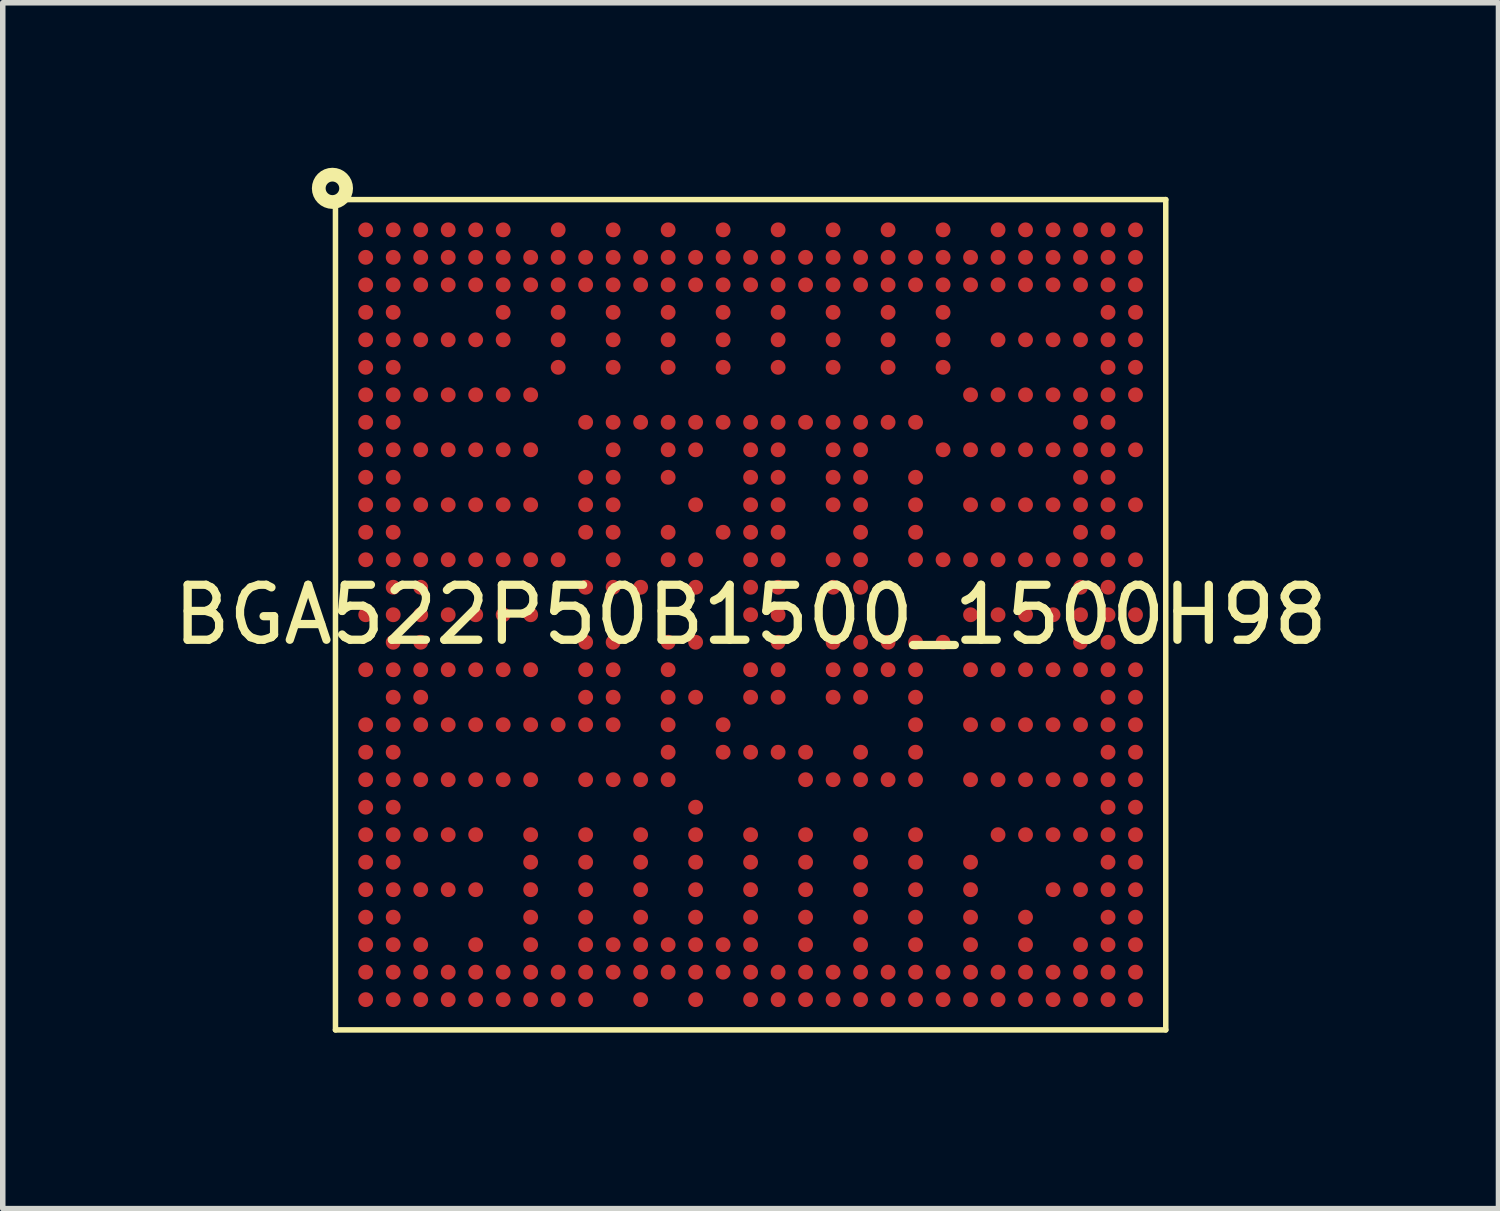
<source format=kicad_pcb>
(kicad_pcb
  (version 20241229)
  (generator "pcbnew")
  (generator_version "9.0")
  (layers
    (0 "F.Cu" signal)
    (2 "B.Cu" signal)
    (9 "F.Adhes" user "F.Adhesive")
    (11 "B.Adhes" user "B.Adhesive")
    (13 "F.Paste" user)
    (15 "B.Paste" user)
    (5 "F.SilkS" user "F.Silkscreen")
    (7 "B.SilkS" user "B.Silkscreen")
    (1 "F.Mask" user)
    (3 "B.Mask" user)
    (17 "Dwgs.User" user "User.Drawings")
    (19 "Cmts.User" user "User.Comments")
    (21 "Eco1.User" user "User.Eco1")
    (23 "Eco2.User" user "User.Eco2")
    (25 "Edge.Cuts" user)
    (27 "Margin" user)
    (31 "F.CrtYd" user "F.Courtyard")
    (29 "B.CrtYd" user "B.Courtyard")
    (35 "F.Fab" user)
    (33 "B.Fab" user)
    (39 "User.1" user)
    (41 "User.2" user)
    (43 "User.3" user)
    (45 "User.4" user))
  (footprint "BGA522P50B1500_1500H98"
    (layer "F.Cu")
    (at 10.601 8.13)
    (property "Reference" "BGA522P50B1500_1500H98" (at 0 0 0) (layer "F.SilkS") (effects (font (size 1 1) (thickness 0.15))))
    (fp_line (start -7.55 -7.55) (end -7.55 7.55) (stroke (width 0.1) (type default)) (layer "F.SilkS"))
    (fp_line (start -7.55 -7.55) (end 7.55 -7.55) (stroke (width 0.1) (type default)) (layer "F.SilkS"))
    (fp_line (start -7.55 7.55) (end 7.55 7.55) (stroke (width 0.1) (type default)) (layer "F.SilkS"))
    (fp_line (start 7.55 -7.55) (end 7.55 7.55) (stroke (width 0.1) (type default)) (layer "F.SilkS"))
    (fp_circle (center -7.605 -7.755) (end -7.356 -7.755) (stroke (width 0.25) (type default)) (fill no) (layer "F.SilkS"))
    (fp_line (start -7.75 -7.75) (end -7.75 7.75) (stroke (width 0.025) (type default)) (layer "User.1"))
    (fp_line (start -7.75 -7.75) (end 7.75 -7.75) (stroke (width 0.025) (type default)) (layer "User.1"))
    (fp_line (start -7.75 7.75) (end 7.75 7.75) (stroke (width 0.025) (type default)) (layer "User.1"))
    (fp_line (start 7.75 -7.75) (end 7.75 7.75) (stroke (width 0.025) (type default)) (layer "User.1"))
    (fp_poly (pts (xy 7.75 7.75) (xy 7.75 -7.75) (xy -7.75 -7.75) (xy -7.75 7.509) (xy -7.577 7.509) (xy -7.577 -7.624) (xy 7.609 -7.624) (xy 7.609 7.588) (xy -7.75 7.588) (xy -7.75 7.75)) (stroke (width 0.1) (type default)) (fill no) (layer "User.1"))
    (fp_poly (pts (xy 7.75 7.75) (xy 7.75 -7.75) (xy -7.75 -7.75) (xy -7.75 7.509) (xy -7.577 7.509) (xy -7.577 -7.624) (xy 7.609 -7.624) (xy 7.609 7.588) (xy -7.75 7.588) (xy -7.75 7.75)) (stroke (width 0.1) (type default)) (fill no) (layer "User.1"))
    (pad "A1" smd circle (at -7 -7 270) (size 0.27 0.27) (layers "F.Cu" "F.Mask" "F.Paste"))
    (pad "A2" smd circle (at -6.5 -7 270) (size 0.27 0.27) (layers "F.Cu" "F.Mask" "F.Paste"))
    (pad "A3" smd circle (at -6 -7 270) (size 0.27 0.27) (layers "F.Cu" "F.Mask" "F.Paste"))
    (pad "A4" smd circle (at -5.5 -7 270) (size 0.27 0.27) (layers "F.Cu" "F.Mask" "F.Paste"))
    (pad "A5" smd circle (at -5 -7 270) (size 0.27 0.27) (layers "F.Cu" "F.Mask" "F.Paste"))
    (pad "A6" smd circle (at -4.5 -7 270) (size 0.27 0.27) (layers "F.Cu" "F.Mask" "F.Paste"))
    (pad "A8" smd circle (at -3.5 -7 270) (size 0.27 0.27) (layers "F.Cu" "F.Mask" "F.Paste"))
    (pad "A10" smd circle (at -2.5 -7 270) (size 0.27 0.27) (layers "F.Cu" "F.Mask" "F.Paste"))
    (pad "A12" smd circle (at -1.5 -7 270) (size 0.27 0.27) (layers "F.Cu" "F.Mask" "F.Paste"))
    (pad "A14" smd circle (at -0.5 -7 270) (size 0.27 0.27) (layers "F.Cu" "F.Mask" "F.Paste"))
    (pad "A16" smd circle (at 0.5 -7 270) (size 0.27 0.27) (layers "F.Cu" "F.Mask" "F.Paste"))
    (pad "A18" smd circle (at 1.5 -7 270) (size 0.27 0.27) (layers "F.Cu" "F.Mask" "F.Paste"))
    (pad "A20" smd circle (at 2.5 -7 270) (size 0.27 0.27) (layers "F.Cu" "F.Mask" "F.Paste"))
    (pad "A22" smd circle (at 3.5 -7 270) (size 0.27 0.27) (layers "F.Cu" "F.Mask" "F.Paste"))
    (pad "A24" smd circle (at 4.5 -7 270) (size 0.27 0.27) (layers "F.Cu" "F.Mask" "F.Paste"))
    (pad "A25" smd circle (at 5 -7 270) (size 0.27 0.27) (layers "F.Cu" "F.Mask" "F.Paste"))
    (pad "A26" smd circle (at 5.5 -7 270) (size 0.27 0.27) (layers "F.Cu" "F.Mask" "F.Paste"))
    (pad "A27" smd circle (at 6 -7 270) (size 0.27 0.27) (layers "F.Cu" "F.Mask" "F.Paste"))
    (pad "A28" smd circle (at 6.5 -7 270) (size 0.27 0.27) (layers "F.Cu" "F.Mask" "F.Paste"))
    (pad "A29" smd circle (at 7 -7 270) (size 0.27 0.27) (layers "F.Cu" "F.Mask" "F.Paste"))
    (pad "AA1" smd circle (at -7 3 270) (size 0.27 0.27) (layers "F.Cu" "F.Mask" "F.Paste"))
    (pad "AA2" smd circle (at -6.5 3 270) (size 0.27 0.27) (layers "F.Cu" "F.Mask" "F.Paste"))
    (pad "AA3" smd circle (at -6 3 270) (size 0.27 0.27) (layers "F.Cu" "F.Mask" "F.Paste"))
    (pad "AA4" smd circle (at -5.5 3 270) (size 0.27 0.27) (layers "F.Cu" "F.Mask" "F.Paste"))
    (pad "AA5" smd circle (at -5 3 270) (size 0.27 0.27) (layers "F.Cu" "F.Mask" "F.Paste"))
    (pad "AA6" smd circle (at -4.5 3 270) (size 0.27 0.27) (layers "F.Cu" "F.Mask" "F.Paste"))
    (pad "AA7" smd circle (at -4 3 270) (size 0.27 0.27) (layers "F.Cu" "F.Mask" "F.Paste"))
    (pad "AA9" smd circle (at -3 3 270) (size 0.27 0.27) (layers "F.Cu" "F.Mask" "F.Paste"))
    (pad "AA10" smd circle (at -2.5 3 270) (size 0.27 0.27) (layers "F.Cu" "F.Mask" "F.Paste"))
    (pad "AA11" smd circle (at -2 3 270) (size 0.27 0.27) (layers "F.Cu" "F.Mask" "F.Paste"))
    (pad "AA12" smd circle (at -1.5 3 270) (size 0.27 0.27) (layers "F.Cu" "F.Mask" "F.Paste"))
    (pad "AA17" smd circle (at 1 3 270) (size 0.27 0.27) (layers "F.Cu" "F.Mask" "F.Paste"))
    (pad "AA18" smd circle (at 1.5 3 270) (size 0.27 0.27) (layers "F.Cu" "F.Mask" "F.Paste"))
    (pad "AA19" smd circle (at 2 3 270) (size 0.27 0.27) (layers "F.Cu" "F.Mask" "F.Paste"))
    (pad "AA20" smd circle (at 2.5 3 270) (size 0.27 0.27) (layers "F.Cu" "F.Mask" "F.Paste"))
    (pad "AA21" smd circle (at 3 3 270) (size 0.27 0.27) (layers "F.Cu" "F.Mask" "F.Paste"))
    (pad "AA23" smd circle (at 4 3 270) (size 0.27 0.27) (layers "F.Cu" "F.Mask" "F.Paste"))
    (pad "AA24" smd circle (at 4.5 3 270) (size 0.27 0.27) (layers "F.Cu" "F.Mask" "F.Paste"))
    (pad "AA25" smd circle (at 5 3 270) (size 0.27 0.27) (layers "F.Cu" "F.Mask" "F.Paste"))
    (pad "AA26" smd circle (at 5.5 3 270) (size 0.27 0.27) (layers "F.Cu" "F.Mask" "F.Paste"))
    (pad "AA27" smd circle (at 6 3 270) (size 0.27 0.27) (layers "F.Cu" "F.Mask" "F.Paste"))
    (pad "AA28" smd circle (at 6.5 3 270) (size 0.27 0.27) (layers "F.Cu" "F.Mask" "F.Paste"))
    (pad "AA29" smd circle (at 7 3 270) (size 0.27 0.27) (layers "F.Cu" "F.Mask" "F.Paste"))
    (pad "AB1" smd circle (at -7 3.5 270) (size 0.27 0.27) (layers "F.Cu" "F.Mask" "F.Paste"))
    (pad "AB2" smd circle (at -6.5 3.5 270) (size 0.27 0.27) (layers "F.Cu" "F.Mask" "F.Paste"))
    (pad "AB13" smd circle (at -1 3.5 270) (size 0.27 0.27) (layers "F.Cu" "F.Mask" "F.Paste"))
    (pad "AB28" smd circle (at 6.5 3.5 270) (size 0.27 0.27) (layers "F.Cu" "F.Mask" "F.Paste"))
    (pad "AB29" smd circle (at 7 3.5 270) (size 0.27 0.27) (layers "F.Cu" "F.Mask" "F.Paste"))
    (pad "AC1" smd circle (at -7 4 270) (size 0.27 0.27) (layers "F.Cu" "F.Mask" "F.Paste"))
    (pad "AC2" smd circle (at -6.5 4 270) (size 0.27 0.27) (layers "F.Cu" "F.Mask" "F.Paste"))
    (pad "AC3" smd circle (at -6 4 270) (size 0.27 0.27) (layers "F.Cu" "F.Mask" "F.Paste"))
    (pad "AC4" smd circle (at -5.5 4 270) (size 0.27 0.27) (layers "F.Cu" "F.Mask" "F.Paste"))
    (pad "AC5" smd circle (at -5 4 270) (size 0.27 0.27) (layers "F.Cu" "F.Mask" "F.Paste"))
    (pad "AC7" smd circle (at -4 4 270) (size 0.27 0.27) (layers "F.Cu" "F.Mask" "F.Paste"))
    (pad "AC9" smd circle (at -3 4 270) (size 0.27 0.27) (layers "F.Cu" "F.Mask" "F.Paste"))
    (pad "AC11" smd circle (at -2 4 270) (size 0.27 0.27) (layers "F.Cu" "F.Mask" "F.Paste"))
    (pad "AC13" smd circle (at -1 4 270) (size 0.27 0.27) (layers "F.Cu" "F.Mask" "F.Paste"))
    (pad "AC15" smd circle (at 0 4 270) (size 0.27 0.27) (layers "F.Cu" "F.Mask" "F.Paste"))
    (pad "AC17" smd circle (at 1 4 270) (size 0.27 0.27) (layers "F.Cu" "F.Mask" "F.Paste"))
    (pad "AC19" smd circle (at 2 4 270) (size 0.27 0.27) (layers "F.Cu" "F.Mask" "F.Paste"))
    (pad "AC21" smd circle (at 3 4 270) (size 0.27 0.27) (layers "F.Cu" "F.Mask" "F.Paste"))
    (pad "AC24" smd circle (at 4.5 4 270) (size 0.27 0.27) (layers "F.Cu" "F.Mask" "F.Paste"))
    (pad "AC25" smd circle (at 5 4 270) (size 0.27 0.27) (layers "F.Cu" "F.Mask" "F.Paste"))
    (pad "AC26" smd circle (at 5.5 4 270) (size 0.27 0.27) (layers "F.Cu" "F.Mask" "F.Paste"))
    (pad "AC27" smd circle (at 6 4 270) (size 0.27 0.27) (layers "F.Cu" "F.Mask" "F.Paste"))
    (pad "AC28" smd circle (at 6.5 4 270) (size 0.27 0.27) (layers "F.Cu" "F.Mask" "F.Paste"))
    (pad "AC29" smd circle (at 7 4 270) (size 0.27 0.27) (layers "F.Cu" "F.Mask" "F.Paste"))
    (pad "AD1" smd circle (at -7 4.5 270) (size 0.27 0.27) (layers "F.Cu" "F.Mask" "F.Paste"))
    (pad "AD2" smd circle (at -6.5 4.5 270) (size 0.27 0.27) (layers "F.Cu" "F.Mask" "F.Paste"))
    (pad "AD7" smd circle (at -4 4.5 270) (size 0.27 0.27) (layers "F.Cu" "F.Mask" "F.Paste"))
    (pad "AD9" smd circle (at -3 4.5 270) (size 0.27 0.27) (layers "F.Cu" "F.Mask" "F.Paste"))
    (pad "AD11" smd circle (at -2 4.5 270) (size 0.27 0.27) (layers "F.Cu" "F.Mask" "F.Paste"))
    (pad "AD13" smd circle (at -1 4.5 270) (size 0.27 0.27) (layers "F.Cu" "F.Mask" "F.Paste"))
    (pad "AD15" smd circle (at 0 4.5 270) (size 0.27 0.27) (layers "F.Cu" "F.Mask" "F.Paste"))
    (pad "AD17" smd circle (at 1 4.5 270) (size 0.27 0.27) (layers "F.Cu" "F.Mask" "F.Paste"))
    (pad "AD19" smd circle (at 2 4.5 270) (size 0.27 0.27) (layers "F.Cu" "F.Mask" "F.Paste"))
    (pad "AD21" smd circle (at 3 4.5 270) (size 0.27 0.27) (layers "F.Cu" "F.Mask" "F.Paste"))
    (pad "AD23" smd circle (at 4 4.5 270) (size 0.27 0.27) (layers "F.Cu" "F.Mask" "F.Paste"))
    (pad "AD28" smd circle (at 6.5 4.5 270) (size 0.27 0.27) (layers "F.Cu" "F.Mask" "F.Paste"))
    (pad "AD29" smd circle (at 7 4.5 270) (size 0.27 0.27) (layers "F.Cu" "F.Mask" "F.Paste"))
    (pad "AE1" smd circle (at -7 5 270) (size 0.27 0.27) (layers "F.Cu" "F.Mask" "F.Paste"))
    (pad "AE2" smd circle (at -6.5 5 270) (size 0.27 0.27) (layers "F.Cu" "F.Mask" "F.Paste"))
    (pad "AE3" smd circle (at -6 5 270) (size 0.27 0.27) (layers "F.Cu" "F.Mask" "F.Paste"))
    (pad "AE4" smd circle (at -5.5 5 270) (size 0.27 0.27) (layers "F.Cu" "F.Mask" "F.Paste"))
    (pad "AE5" smd circle (at -5 5 270) (size 0.27 0.27) (layers "F.Cu" "F.Mask" "F.Paste"))
    (pad "AE7" smd circle (at -4 5 270) (size 0.27 0.27) (layers "F.Cu" "F.Mask" "F.Paste"))
    (pad "AE9" smd circle (at -3 5 270) (size 0.27 0.27) (layers "F.Cu" "F.Mask" "F.Paste"))
    (pad "AE11" smd circle (at -2 5 270) (size 0.27 0.27) (layers "F.Cu" "F.Mask" "F.Paste"))
    (pad "AE13" smd circle (at -1 5 270) (size 0.27 0.27) (layers "F.Cu" "F.Mask" "F.Paste"))
    (pad "AE15" smd circle (at 0 5 270) (size 0.27 0.27) (layers "F.Cu" "F.Mask" "F.Paste"))
    (pad "AE17" smd circle (at 1 5 270) (size 0.27 0.27) (layers "F.Cu" "F.Mask" "F.Paste"))
    (pad "AE19" smd circle (at 2 5 270) (size 0.27 0.27) (layers "F.Cu" "F.Mask" "F.Paste"))
    (pad "AE21" smd circle (at 3 5 270) (size 0.27 0.27) (layers "F.Cu" "F.Mask" "F.Paste"))
    (pad "AE23" smd circle (at 4 5 270) (size 0.27 0.27) (layers "F.Cu" "F.Mask" "F.Paste"))
    (pad "AE26" smd circle (at 5.5 5 270) (size 0.27 0.27) (layers "F.Cu" "F.Mask" "F.Paste"))
    (pad "AE27" smd circle (at 6 5 270) (size 0.27 0.27) (layers "F.Cu" "F.Mask" "F.Paste"))
    (pad "AE28" smd circle (at 6.5 5 270) (size 0.27 0.27) (layers "F.Cu" "F.Mask" "F.Paste"))
    (pad "AE29" smd circle (at 7 5 270) (size 0.27 0.27) (layers "F.Cu" "F.Mask" "F.Paste"))
    (pad "AF1" smd circle (at -7 5.5 270) (size 0.27 0.27) (layers "F.Cu" "F.Mask" "F.Paste"))
    (pad "AF2" smd circle (at -6.5 5.5 270) (size 0.27 0.27) (layers "F.Cu" "F.Mask" "F.Paste"))
    (pad "AF7" smd circle (at -4 5.5 270) (size 0.27 0.27) (layers "F.Cu" "F.Mask" "F.Paste"))
    (pad "AF9" smd circle (at -3 5.5 270) (size 0.27 0.27) (layers "F.Cu" "F.Mask" "F.Paste"))
    (pad "AF11" smd circle (at -2 5.5 270) (size 0.27 0.27) (layers "F.Cu" "F.Mask" "F.Paste"))
    (pad "AF13" smd circle (at -1 5.5 270) (size 0.27 0.27) (layers "F.Cu" "F.Mask" "F.Paste"))
    (pad "AF15" smd circle (at 0 5.5 270) (size 0.27 0.27) (layers "F.Cu" "F.Mask" "F.Paste"))
    (pad "AF17" smd circle (at 1 5.5 270) (size 0.27 0.27) (layers "F.Cu" "F.Mask" "F.Paste"))
    (pad "AF19" smd circle (at 2 5.5 270) (size 0.27 0.27) (layers "F.Cu" "F.Mask" "F.Paste"))
    (pad "AF21" smd circle (at 3 5.5 270) (size 0.27 0.27) (layers "F.Cu" "F.Mask" "F.Paste"))
    (pad "AF23" smd circle (at 4 5.5 270) (size 0.27 0.27) (layers "F.Cu" "F.Mask" "F.Paste"))
    (pad "AF25" smd circle (at 5 5.5 270) (size 0.27 0.27) (layers "F.Cu" "F.Mask" "F.Paste"))
    (pad "AF28" smd circle (at 6.5 5.5 270) (size 0.27 0.27) (layers "F.Cu" "F.Mask" "F.Paste"))
    (pad "AF29" smd circle (at 7 5.5 270) (size 0.27 0.27) (layers "F.Cu" "F.Mask" "F.Paste"))
    (pad "AG1" smd circle (at -7 6 270) (size 0.27 0.27) (layers "F.Cu" "F.Mask" "F.Paste"))
    (pad "AG2" smd circle (at -6.5 6 270) (size 0.27 0.27) (layers "F.Cu" "F.Mask" "F.Paste"))
    (pad "AG3" smd circle (at -6 6 270) (size 0.27 0.27) (layers "F.Cu" "F.Mask" "F.Paste"))
    (pad "AG5" smd circle (at -5 6 270) (size 0.27 0.27) (layers "F.Cu" "F.Mask" "F.Paste"))
    (pad "AG7" smd circle (at -4 6 270) (size 0.27 0.27) (layers "F.Cu" "F.Mask" "F.Paste"))
    (pad "AG9" smd circle (at -3 6 270) (size 0.27 0.27) (layers "F.Cu" "F.Mask" "F.Paste"))
    (pad "AG10" smd circle (at -2.5 6 270) (size 0.27 0.27) (layers "F.Cu" "F.Mask" "F.Paste"))
    (pad "AG11" smd circle (at -2 6 270) (size 0.27 0.27) (layers "F.Cu" "F.Mask" "F.Paste"))
    (pad "AG12" smd circle (at -1.5 6 270) (size 0.27 0.27) (layers "F.Cu" "F.Mask" "F.Paste"))
    (pad "AG13" smd circle (at -1 6 270) (size 0.27 0.27) (layers "F.Cu" "F.Mask" "F.Paste"))
    (pad "AG14" smd circle (at -0.5 6 270) (size 0.27 0.27) (layers "F.Cu" "F.Mask" "F.Paste"))
    (pad "AG15" smd circle (at 0 6 270) (size 0.27 0.27) (layers "F.Cu" "F.Mask" "F.Paste"))
    (pad "AG17" smd circle (at 1 6 270) (size 0.27 0.27) (layers "F.Cu" "F.Mask" "F.Paste"))
    (pad "AG19" smd circle (at 2 6 270) (size 0.27 0.27) (layers "F.Cu" "F.Mask" "F.Paste"))
    (pad "AG21" smd circle (at 3 6 270) (size 0.27 0.27) (layers "F.Cu" "F.Mask" "F.Paste"))
    (pad "AG23" smd circle (at 4 6 270) (size 0.27 0.27) (layers "F.Cu" "F.Mask" "F.Paste"))
    (pad "AG25" smd circle (at 5 6 270) (size 0.27 0.27) (layers "F.Cu" "F.Mask" "F.Paste"))
    (pad "AG27" smd circle (at 6 6 270) (size 0.27 0.27) (layers "F.Cu" "F.Mask" "F.Paste"))
    (pad "AG28" smd circle (at 6.5 6 270) (size 0.27 0.27) (layers "F.Cu" "F.Mask" "F.Paste"))
    (pad "AG29" smd circle (at 7 6 270) (size 0.27 0.27) (layers "F.Cu" "F.Mask" "F.Paste"))
    (pad "AH1" smd circle (at -7 6.5 270) (size 0.27 0.27) (layers "F.Cu" "F.Mask" "F.Paste"))
    (pad "AH2" smd circle (at -6.5 6.5 270) (size 0.27 0.27) (layers "F.Cu" "F.Mask" "F.Paste"))
    (pad "AH3" smd circle (at -6 6.5 270) (size 0.27 0.27) (layers "F.Cu" "F.Mask" "F.Paste"))
    (pad "AH4" smd circle (at -5.5 6.5 270) (size 0.27 0.27) (layers "F.Cu" "F.Mask" "F.Paste"))
    (pad "AH5" smd circle (at -5 6.5 270) (size 0.27 0.27) (layers "F.Cu" "F.Mask" "F.Paste"))
    (pad "AH6" smd circle (at -4.5 6.5 270) (size 0.27 0.27) (layers "F.Cu" "F.Mask" "F.Paste"))
    (pad "AH7" smd circle (at -4 6.5 270) (size 0.27 0.27) (layers "F.Cu" "F.Mask" "F.Paste"))
    (pad "AH8" smd circle (at -3.5 6.5 270) (size 0.27 0.27) (layers "F.Cu" "F.Mask" "F.Paste"))
    (pad "AH9" smd circle (at -3 6.5 270) (size 0.27 0.27) (layers "F.Cu" "F.Mask" "F.Paste"))
    (pad "AH10" smd circle (at -2.5 6.5 270) (size 0.27 0.27) (layers "F.Cu" "F.Mask" "F.Paste"))
    (pad "AH11" smd circle (at -2 6.5 270) (size 0.27 0.27) (layers "F.Cu" "F.Mask" "F.Paste"))
    (pad "AH12" smd circle (at -1.5 6.5 270) (size 0.27 0.27) (layers "F.Cu" "F.Mask" "F.Paste"))
    (pad "AH13" smd circle (at -1 6.5 270) (size 0.27 0.27) (layers "F.Cu" "F.Mask" "F.Paste"))
    (pad "AH14" smd circle (at -0.5 6.5 270) (size 0.27 0.27) (layers "F.Cu" "F.Mask" "F.Paste"))
    (pad "AH15" smd circle (at 0 6.5 270) (size 0.27 0.27) (layers "F.Cu" "F.Mask" "F.Paste"))
    (pad "AH16" smd circle (at 0.5 6.5 270) (size 0.27 0.27) (layers "F.Cu" "F.Mask" "F.Paste"))
    (pad "AH17" smd circle (at 1 6.5 270) (size 0.27 0.27) (layers "F.Cu" "F.Mask" "F.Paste"))
    (pad "AH18" smd circle (at 1.5 6.5 270) (size 0.27 0.27) (layers "F.Cu" "F.Mask" "F.Paste"))
    (pad "AH19" smd circle (at 2 6.5 270) (size 0.27 0.27) (layers "F.Cu" "F.Mask" "F.Paste"))
    (pad "AH20" smd circle (at 2.5 6.5 270) (size 0.27 0.27) (layers "F.Cu" "F.Mask" "F.Paste"))
    (pad "AH21" smd circle (at 3 6.5 270) (size 0.27 0.27) (layers "F.Cu" "F.Mask" "F.Paste"))
    (pad "AH22" smd circle (at 3.5 6.5 270) (size 0.27 0.27) (layers "F.Cu" "F.Mask" "F.Paste"))
    (pad "AH23" smd circle (at 4 6.5 270) (size 0.27 0.27) (layers "F.Cu" "F.Mask" "F.Paste"))
    (pad "AH24" smd circle (at 4.5 6.5 270) (size 0.27 0.27) (layers "F.Cu" "F.Mask" "F.Paste"))
    (pad "AH25" smd circle (at 5 6.5 270) (size 0.27 0.27) (layers "F.Cu" "F.Mask" "F.Paste"))
    (pad "AH26" smd circle (at 5.5 6.5 270) (size 0.27 0.27) (layers "F.Cu" "F.Mask" "F.Paste"))
    (pad "AH27" smd circle (at 6 6.5 270) (size 0.27 0.27) (layers "F.Cu" "F.Mask" "F.Paste"))
    (pad "AH28" smd circle (at 6.5 6.5 270) (size 0.27 0.27) (layers "F.Cu" "F.Mask" "F.Paste"))
    (pad "AH29" smd circle (at 7 6.5 270) (size 0.27 0.27) (layers "F.Cu" "F.Mask" "F.Paste"))
    (pad "AJ1" smd circle (at -7 7 270) (size 0.27 0.27) (layers "F.Cu" "F.Mask" "F.Paste"))
    (pad "AJ2" smd circle (at -6.5 7 270) (size 0.27 0.27) (layers "F.Cu" "F.Mask" "F.Paste"))
    (pad "AJ3" smd circle (at -6 7 270) (size 0.27 0.27) (layers "F.Cu" "F.Mask" "F.Paste"))
    (pad "AJ4" smd circle (at -5.5 7 270) (size 0.27 0.27) (layers "F.Cu" "F.Mask" "F.Paste"))
    (pad "AJ5" smd circle (at -5 7 270) (size 0.27 0.27) (layers "F.Cu" "F.Mask" "F.Paste"))
    (pad "AJ6" smd circle (at -4.5 7 270) (size 0.27 0.27) (layers "F.Cu" "F.Mask" "F.Paste"))
    (pad "AJ7" smd circle (at -4 7 270) (size 0.27 0.27) (layers "F.Cu" "F.Mask" "F.Paste"))
    (pad "AJ8" smd circle (at -3.5 7 270) (size 0.27 0.27) (layers "F.Cu" "F.Mask" "F.Paste"))
    (pad "AJ9" smd circle (at -3 7 270) (size 0.27 0.27) (layers "F.Cu" "F.Mask" "F.Paste"))
    (pad "AJ11" smd circle (at -2 7 270) (size 0.27 0.27) (layers "F.Cu" "F.Mask" "F.Paste"))
    (pad "AJ13" smd circle (at -1 7 270) (size 0.27 0.27) (layers "F.Cu" "F.Mask" "F.Paste"))
    (pad "AJ15" smd circle (at 0 7 270) (size 0.27 0.27) (layers "F.Cu" "F.Mask" "F.Paste"))
    (pad "AJ16" smd circle (at 0.5 7 270) (size 0.27 0.27) (layers "F.Cu" "F.Mask" "F.Paste"))
    (pad "AJ17" smd circle (at 1 7 270) (size 0.27 0.27) (layers "F.Cu" "F.Mask" "F.Paste"))
    (pad "AJ18" smd circle (at 1.5 7 270) (size 0.27 0.27) (layers "F.Cu" "F.Mask" "F.Paste"))
    (pad "AJ19" smd circle (at 2 7 270) (size 0.27 0.27) (layers "F.Cu" "F.Mask" "F.Paste"))
    (pad "AJ20" smd circle (at 2.5 7 270) (size 0.27 0.27) (layers "F.Cu" "F.Mask" "F.Paste"))
    (pad "AJ21" smd circle (at 3 7 270) (size 0.27 0.27) (layers "F.Cu" "F.Mask" "F.Paste"))
    (pad "AJ22" smd circle (at 3.5 7 270) (size 0.27 0.27) (layers "F.Cu" "F.Mask" "F.Paste"))
    (pad "AJ23" smd circle (at 4 7 270) (size 0.27 0.27) (layers "F.Cu" "F.Mask" "F.Paste"))
    (pad "AJ24" smd circle (at 4.5 7 270) (size 0.27 0.27) (layers "F.Cu" "F.Mask" "F.Paste"))
    (pad "AJ25" smd circle (at 5 7 270) (size 0.27 0.27) (layers "F.Cu" "F.Mask" "F.Paste"))
    (pad "AJ26" smd circle (at 5.5 7 270) (size 0.27 0.27) (layers "F.Cu" "F.Mask" "F.Paste"))
    (pad "AJ27" smd circle (at 6 7 270) (size 0.27 0.27) (layers "F.Cu" "F.Mask" "F.Paste"))
    (pad "AJ28" smd circle (at 6.5 7 270) (size 0.27 0.27) (layers "F.Cu" "F.Mask" "F.Paste"))
    (pad "AJ29" smd circle (at 7 7 270) (size 0.27 0.27) (layers "F.Cu" "F.Mask" "F.Paste"))
    (pad "B1" smd circle (at -7 -6.5 270) (size 0.27 0.27) (layers "F.Cu" "F.Mask" "F.Paste"))
    (pad "B2" smd circle (at -6.5 -6.5 270) (size 0.27 0.27) (layers "F.Cu" "F.Mask" "F.Paste"))
    (pad "B3" smd circle (at -6 -6.5 270) (size 0.27 0.27) (layers "F.Cu" "F.Mask" "F.Paste"))
    (pad "B4" smd circle (at -5.5 -6.5 270) (size 0.27 0.27) (layers "F.Cu" "F.Mask" "F.Paste"))
    (pad "B5" smd circle (at -5 -6.5 270) (size 0.27 0.27) (layers "F.Cu" "F.Mask" "F.Paste"))
    (pad "B6" smd circle (at -4.5 -6.5 270) (size 0.27 0.27) (layers "F.Cu" "F.Mask" "F.Paste"))
    (pad "B7" smd circle (at -4 -6.5 270) (size 0.27 0.27) (layers "F.Cu" "F.Mask" "F.Paste"))
    (pad "B8" smd circle (at -3.5 -6.5 270) (size 0.27 0.27) (layers "F.Cu" "F.Mask" "F.Paste"))
    (pad "B9" smd circle (at -3 -6.5 270) (size 0.27 0.27) (layers "F.Cu" "F.Mask" "F.Paste"))
    (pad "B10" smd circle (at -2.5 -6.5 270) (size 0.27 0.27) (layers "F.Cu" "F.Mask" "F.Paste"))
    (pad "B11" smd circle (at -2 -6.5 270) (size 0.27 0.27) (layers "F.Cu" "F.Mask" "F.Paste"))
    (pad "B12" smd circle (at -1.5 -6.5 270) (size 0.27 0.27) (layers "F.Cu" "F.Mask" "F.Paste"))
    (pad "B13" smd circle (at -1 -6.5 270) (size 0.27 0.27) (layers "F.Cu" "F.Mask" "F.Paste"))
    (pad "B14" smd circle (at -0.5 -6.5 270) (size 0.27 0.27) (layers "F.Cu" "F.Mask" "F.Paste"))
    (pad "B15" smd circle (at 0 -6.5 270) (size 0.27 0.27) (layers "F.Cu" "F.Mask" "F.Paste"))
    (pad "B16" smd circle (at 0.5 -6.5 270) (size 0.27 0.27) (layers "F.Cu" "F.Mask" "F.Paste"))
    (pad "B17" smd circle (at 1 -6.5 270) (size 0.27 0.27) (layers "F.Cu" "F.Mask" "F.Paste"))
    (pad "B18" smd circle (at 1.5 -6.5 270) (size 0.27 0.27) (layers "F.Cu" "F.Mask" "F.Paste"))
    (pad "B19" smd circle (at 2 -6.5 270) (size 0.27 0.27) (layers "F.Cu" "F.Mask" "F.Paste"))
    (pad "B20" smd circle (at 2.5 -6.5 270) (size 0.27 0.27) (layers "F.Cu" "F.Mask" "F.Paste"))
    (pad "B21" smd circle (at 3 -6.5 270) (size 0.27 0.27) (layers "F.Cu" "F.Mask" "F.Paste"))
    (pad "B22" smd circle (at 3.5 -6.5 270) (size 0.27 0.27) (layers "F.Cu" "F.Mask" "F.Paste"))
    (pad "B23" smd circle (at 4 -6.5 270) (size 0.27 0.27) (layers "F.Cu" "F.Mask" "F.Paste"))
    (pad "B24" smd circle (at 4.5 -6.5 270) (size 0.27 0.27) (layers "F.Cu" "F.Mask" "F.Paste"))
    (pad "B25" smd circle (at 5 -6.5 270) (size 0.27 0.27) (layers "F.Cu" "F.Mask" "F.Paste"))
    (pad "B26" smd circle (at 5.5 -6.5 270) (size 0.27 0.27) (layers "F.Cu" "F.Mask" "F.Paste"))
    (pad "B27" smd circle (at 6 -6.5 270) (size 0.27 0.27) (layers "F.Cu" "F.Mask" "F.Paste"))
    (pad "B28" smd circle (at 6.5 -6.5 270) (size 0.27 0.27) (layers "F.Cu" "F.Mask" "F.Paste"))
    (pad "B29" smd circle (at 7 -6.5 270) (size 0.27 0.27) (layers "F.Cu" "F.Mask" "F.Paste"))
    (pad "C1" smd circle (at -7 -6 270) (size 0.27 0.27) (layers "F.Cu" "F.Mask" "F.Paste"))
    (pad "C2" smd circle (at -6.5 -6 270) (size 0.27 0.27) (layers "F.Cu" "F.Mask" "F.Paste"))
    (pad "C3" smd circle (at -6 -6 270) (size 0.27 0.27) (layers "F.Cu" "F.Mask" "F.Paste"))
    (pad "C4" smd circle (at -5.5 -6 270) (size 0.27 0.27) (layers "F.Cu" "F.Mask" "F.Paste"))
    (pad "C5" smd circle (at -5 -6 270) (size 0.27 0.27) (layers "F.Cu" "F.Mask" "F.Paste"))
    (pad "C6" smd circle (at -4.5 -6 270) (size 0.27 0.27) (layers "F.Cu" "F.Mask" "F.Paste"))
    (pad "C7" smd circle (at -4 -6 270) (size 0.27 0.27) (layers "F.Cu" "F.Mask" "F.Paste"))
    (pad "C8" smd circle (at -3.5 -6 270) (size 0.27 0.27) (layers "F.Cu" "F.Mask" "F.Paste"))
    (pad "C9" smd circle (at -3 -6 270) (size 0.27 0.27) (layers "F.Cu" "F.Mask" "F.Paste"))
    (pad "C10" smd circle (at -2.5 -6 270) (size 0.27 0.27) (layers "F.Cu" "F.Mask" "F.Paste"))
    (pad "C11" smd circle (at -2 -6 270) (size 0.27 0.27) (layers "F.Cu" "F.Mask" "F.Paste"))
    (pad "C12" smd circle (at -1.5 -6 270) (size 0.27 0.27) (layers "F.Cu" "F.Mask" "F.Paste"))
    (pad "C13" smd circle (at -1 -6 270) (size 0.27 0.27) (layers "F.Cu" "F.Mask" "F.Paste"))
    (pad "C14" smd circle (at -0.5 -6 270) (size 0.27 0.27) (layers "F.Cu" "F.Mask" "F.Paste"))
    (pad "C15" smd circle (at 0 -6 270) (size 0.27 0.27) (layers "F.Cu" "F.Mask" "F.Paste"))
    (pad "C16" smd circle (at 0.5 -6 270) (size 0.27 0.27) (layers "F.Cu" "F.Mask" "F.Paste"))
    (pad "C17" smd circle (at 1 -6 270) (size 0.27 0.27) (layers "F.Cu" "F.Mask" "F.Paste"))
    (pad "C18" smd circle (at 1.5 -6 270) (size 0.27 0.27) (layers "F.Cu" "F.Mask" "F.Paste"))
    (pad "C19" smd circle (at 2 -6 270) (size 0.27 0.27) (layers "F.Cu" "F.Mask" "F.Paste"))
    (pad "C20" smd circle (at 2.5 -6 270) (size 0.27 0.27) (layers "F.Cu" "F.Mask" "F.Paste"))
    (pad "C21" smd circle (at 3 -6 270) (size 0.27 0.27) (layers "F.Cu" "F.Mask" "F.Paste"))
    (pad "C22" smd circle (at 3.5 -6 270) (size 0.27 0.27) (layers "F.Cu" "F.Mask" "F.Paste"))
    (pad "C23" smd circle (at 4 -6 270) (size 0.27 0.27) (layers "F.Cu" "F.Mask" "F.Paste"))
    (pad "C24" smd circle (at 4.5 -6 270) (size 0.27 0.27) (layers "F.Cu" "F.Mask" "F.Paste"))
    (pad "C25" smd circle (at 5 -6 270) (size 0.27 0.27) (layers "F.Cu" "F.Mask" "F.Paste"))
    (pad "C26" smd circle (at 5.5 -6 270) (size 0.27 0.27) (layers "F.Cu" "F.Mask" "F.Paste"))
    (pad "C27" smd circle (at 6 -6 270) (size 0.27 0.27) (layers "F.Cu" "F.Mask" "F.Paste"))
    (pad "C28" smd circle (at 6.5 -6 270) (size 0.27 0.27) (layers "F.Cu" "F.Mask" "F.Paste"))
    (pad "C29" smd circle (at 7 -6 270) (size 0.27 0.27) (layers "F.Cu" "F.Mask" "F.Paste"))
    (pad "D1" smd circle (at -7 -5.5 270) (size 0.27 0.27) (layers "F.Cu" "F.Mask" "F.Paste"))
    (pad "D2" smd circle (at -6.5 -5.5 270) (size 0.27 0.27) (layers "F.Cu" "F.Mask" "F.Paste"))
    (pad "D6" smd circle (at -4.5 -5.5 270) (size 0.27 0.27) (layers "F.Cu" "F.Mask" "F.Paste"))
    (pad "D8" smd circle (at -3.5 -5.5 270) (size 0.27 0.27) (layers "F.Cu" "F.Mask" "F.Paste"))
    (pad "D10" smd circle (at -2.5 -5.5 270) (size 0.27 0.27) (layers "F.Cu" "F.Mask" "F.Paste"))
    (pad "D12" smd circle (at -1.5 -5.5 270) (size 0.27 0.27) (layers "F.Cu" "F.Mask" "F.Paste"))
    (pad "D14" smd circle (at -0.5 -5.5 270) (size 0.27 0.27) (layers "F.Cu" "F.Mask" "F.Paste"))
    (pad "D16" smd circle (at 0.5 -5.5 270) (size 0.27 0.27) (layers "F.Cu" "F.Mask" "F.Paste"))
    (pad "D18" smd circle (at 1.5 -5.5 270) (size 0.27 0.27) (layers "F.Cu" "F.Mask" "F.Paste"))
    (pad "D20" smd circle (at 2.5 -5.5 270) (size 0.27 0.27) (layers "F.Cu" "F.Mask" "F.Paste"))
    (pad "D22" smd circle (at 3.5 -5.5 270) (size 0.27 0.27) (layers "F.Cu" "F.Mask" "F.Paste"))
    (pad "D28" smd circle (at 6.5 -5.5 270) (size 0.27 0.27) (layers "F.Cu" "F.Mask" "F.Paste"))
    (pad "D29" smd circle (at 7 -5.5 270) (size 0.27 0.27) (layers "F.Cu" "F.Mask" "F.Paste"))
    (pad "E1" smd circle (at -7 -5 270) (size 0.27 0.27) (layers "F.Cu" "F.Mask" "F.Paste"))
    (pad "E2" smd circle (at -6.5 -5 270) (size 0.27 0.27) (layers "F.Cu" "F.Mask" "F.Paste"))
    (pad "E3" smd circle (at -6 -5 270) (size 0.27 0.27) (layers "F.Cu" "F.Mask" "F.Paste"))
    (pad "E4" smd circle (at -5.5 -5 270) (size 0.27 0.27) (layers "F.Cu" "F.Mask" "F.Paste"))
    (pad "E5" smd circle (at -5 -5 270) (size 0.27 0.27) (layers "F.Cu" "F.Mask" "F.Paste"))
    (pad "E6" smd circle (at -4.5 -5 270) (size 0.27 0.27) (layers "F.Cu" "F.Mask" "F.Paste"))
    (pad "E8" smd circle (at -3.5 -5 270) (size 0.27 0.27) (layers "F.Cu" "F.Mask" "F.Paste"))
    (pad "E10" smd circle (at -2.5 -5 270) (size 0.27 0.27) (layers "F.Cu" "F.Mask" "F.Paste"))
    (pad "E12" smd circle (at -1.5 -5 270) (size 0.27 0.27) (layers "F.Cu" "F.Mask" "F.Paste"))
    (pad "E14" smd circle (at -0.5 -5 270) (size 0.27 0.27) (layers "F.Cu" "F.Mask" "F.Paste"))
    (pad "E16" smd circle (at 0.5 -5 270) (size 0.27 0.27) (layers "F.Cu" "F.Mask" "F.Paste"))
    (pad "E18" smd circle (at 1.5 -5 270) (size 0.27 0.27) (layers "F.Cu" "F.Mask" "F.Paste"))
    (pad "E20" smd circle (at 2.5 -5 270) (size 0.27 0.27) (layers "F.Cu" "F.Mask" "F.Paste"))
    (pad "E22" smd circle (at 3.5 -5 270) (size 0.27 0.27) (layers "F.Cu" "F.Mask" "F.Paste"))
    (pad "E24" smd circle (at 4.5 -5 270) (size 0.27 0.27) (layers "F.Cu" "F.Mask" "F.Paste"))
    (pad "E25" smd circle (at 5 -5 270) (size 0.27 0.27) (layers "F.Cu" "F.Mask" "F.Paste"))
    (pad "E26" smd circle (at 5.5 -5 270) (size 0.27 0.27) (layers "F.Cu" "F.Mask" "F.Paste"))
    (pad "E27" smd circle (at 6 -5 270) (size 0.27 0.27) (layers "F.Cu" "F.Mask" "F.Paste"))
    (pad "E28" smd circle (at 6.5 -5 270) (size 0.27 0.27) (layers "F.Cu" "F.Mask" "F.Paste"))
    (pad "E29" smd circle (at 7 -5 270) (size 0.27 0.27) (layers "F.Cu" "F.Mask" "F.Paste"))
    (pad "F1" smd circle (at -7 -4.5 270) (size 0.27 0.27) (layers "F.Cu" "F.Mask" "F.Paste"))
    (pad "F2" smd circle (at -6.5 -4.5 270) (size 0.27 0.27) (layers "F.Cu" "F.Mask" "F.Paste"))
    (pad "F8" smd circle (at -3.5 -4.5 270) (size 0.27 0.27) (layers "F.Cu" "F.Mask" "F.Paste"))
    (pad "F10" smd circle (at -2.5 -4.5 270) (size 0.27 0.27) (layers "F.Cu" "F.Mask" "F.Paste"))
    (pad "F12" smd circle (at -1.5 -4.5 270) (size 0.27 0.27) (layers "F.Cu" "F.Mask" "F.Paste"))
    (pad "F14" smd circle (at -0.5 -4.5 270) (size 0.27 0.27) (layers "F.Cu" "F.Mask" "F.Paste"))
    (pad "F16" smd circle (at 0.5 -4.5 270) (size 0.27 0.27) (layers "F.Cu" "F.Mask" "F.Paste"))
    (pad "F18" smd circle (at 1.5 -4.5 270) (size 0.27 0.27) (layers "F.Cu" "F.Mask" "F.Paste"))
    (pad "F20" smd circle (at 2.5 -4.5 270) (size 0.27 0.27) (layers "F.Cu" "F.Mask" "F.Paste"))
    (pad "F22" smd circle (at 3.5 -4.5 270) (size 0.27 0.27) (layers "F.Cu" "F.Mask" "F.Paste"))
    (pad "F28" smd circle (at 6.5 -4.5 270) (size 0.27 0.27) (layers "F.Cu" "F.Mask" "F.Paste"))
    (pad "F29" smd circle (at 7 -4.5 270) (size 0.27 0.27) (layers "F.Cu" "F.Mask" "F.Paste"))
    (pad "G1" smd circle (at -7 -4 270) (size 0.27 0.27) (layers "F.Cu" "F.Mask" "F.Paste"))
    (pad "G2" smd circle (at -6.5 -4 270) (size 0.27 0.27) (layers "F.Cu" "F.Mask" "F.Paste"))
    (pad "G3" smd circle (at -6 -4 270) (size 0.27 0.27) (layers "F.Cu" "F.Mask" "F.Paste"))
    (pad "G4" smd circle (at -5.5 -4 270) (size 0.27 0.27) (layers "F.Cu" "F.Mask" "F.Paste"))
    (pad "G5" smd circle (at -5 -4 270) (size 0.27 0.27) (layers "F.Cu" "F.Mask" "F.Paste"))
    (pad "G6" smd circle (at -4.5 -4 270) (size 0.27 0.27) (layers "F.Cu" "F.Mask" "F.Paste"))
    (pad "G7" smd circle (at -4 -4 270) (size 0.27 0.27) (layers "F.Cu" "F.Mask" "F.Paste"))
    (pad "G23" smd circle (at 4 -4 270) (size 0.27 0.27) (layers "F.Cu" "F.Mask" "F.Paste"))
    (pad "G24" smd circle (at 4.5 -4 270) (size 0.27 0.27) (layers "F.Cu" "F.Mask" "F.Paste"))
    (pad "G25" smd circle (at 5 -4 270) (size 0.27 0.27) (layers "F.Cu" "F.Mask" "F.Paste"))
    (pad "G26" smd circle (at 5.5 -4 270) (size 0.27 0.27) (layers "F.Cu" "F.Mask" "F.Paste"))
    (pad "G27" smd circle (at 6 -4 270) (size 0.27 0.27) (layers "F.Cu" "F.Mask" "F.Paste"))
    (pad "G28" smd circle (at 6.5 -4 270) (size 0.27 0.27) (layers "F.Cu" "F.Mask" "F.Paste"))
    (pad "G29" smd circle (at 7 -4 270) (size 0.27 0.27) (layers "F.Cu" "F.Mask" "F.Paste"))
    (pad "H1" smd circle (at -7 -3.5 270) (size 0.27 0.27) (layers "F.Cu" "F.Mask" "F.Paste"))
    (pad "H2" smd circle (at -6.5 -3.5 270) (size 0.27 0.27) (layers "F.Cu" "F.Mask" "F.Paste"))
    (pad "H9" smd circle (at -3 -3.5 270) (size 0.27 0.27) (layers "F.Cu" "F.Mask" "F.Paste"))
    (pad "H10" smd circle (at -2.5 -3.5 270) (size 0.27 0.27) (layers "F.Cu" "F.Mask" "F.Paste"))
    (pad "H11" smd circle (at -2 -3.5 270) (size 0.27 0.27) (layers "F.Cu" "F.Mask" "F.Paste"))
    (pad "H12" smd circle (at -1.5 -3.5 270) (size 0.27 0.27) (layers "F.Cu" "F.Mask" "F.Paste"))
    (pad "H13" smd circle (at -1 -3.5 270) (size 0.27 0.27) (layers "F.Cu" "F.Mask" "F.Paste"))
    (pad "H14" smd circle (at -0.5 -3.5 270) (size 0.27 0.27) (layers "F.Cu" "F.Mask" "F.Paste"))
    (pad "H15" smd circle (at 0 -3.5 270) (size 0.27 0.27) (layers "F.Cu" "F.Mask" "F.Paste"))
    (pad "H16" smd circle (at 0.5 -3.5 270) (size 0.27 0.27) (layers "F.Cu" "F.Mask" "F.Paste"))
    (pad "H17" smd circle (at 1 -3.5 270) (size 0.27 0.27) (layers "F.Cu" "F.Mask" "F.Paste"))
    (pad "H18" smd circle (at 1.5 -3.5 270) (size 0.27 0.27) (layers "F.Cu" "F.Mask" "F.Paste"))
    (pad "H19" smd circle (at 2 -3.5 270) (size 0.27 0.27) (layers "F.Cu" "F.Mask" "F.Paste"))
    (pad "H20" smd circle (at 2.5 -3.5 270) (size 0.27 0.27) (layers "F.Cu" "F.Mask" "F.Paste"))
    (pad "H21" smd circle (at 3 -3.5 270) (size 0.27 0.27) (layers "F.Cu" "F.Mask" "F.Paste"))
    (pad "H27" smd circle (at 6 -3.5 270) (size 0.27 0.27) (layers "F.Cu" "F.Mask" "F.Paste"))
    (pad "H28" smd circle (at 6.5 -3.5 270) (size 0.27 0.27) (layers "F.Cu" "F.Mask" "F.Paste"))
    (pad "J1" smd circle (at -7 -3 270) (size 0.27 0.27) (layers "F.Cu" "F.Mask" "F.Paste"))
    (pad "J2" smd circle (at -6.5 -3 270) (size 0.27 0.27) (layers "F.Cu" "F.Mask" "F.Paste"))
    (pad "J3" smd circle (at -6 -3 270) (size 0.27 0.27) (layers "F.Cu" "F.Mask" "F.Paste"))
    (pad "J4" smd circle (at -5.5 -3 270) (size 0.27 0.27) (layers "F.Cu" "F.Mask" "F.Paste"))
    (pad "J5" smd circle (at -5 -3 270) (size 0.27 0.27) (layers "F.Cu" "F.Mask" "F.Paste"))
    (pad "J6" smd circle (at -4.5 -3 270) (size 0.27 0.27) (layers "F.Cu" "F.Mask" "F.Paste"))
    (pad "J7" smd circle (at -4 -3 270) (size 0.27 0.27) (layers "F.Cu" "F.Mask" "F.Paste"))
    (pad "J10" smd circle (at -2.5 -3 270) (size 0.27 0.27) (layers "F.Cu" "F.Mask" "F.Paste"))
    (pad "J12" smd circle (at -1.5 -3 270) (size 0.27 0.27) (layers "F.Cu" "F.Mask" "F.Paste"))
    (pad "J13" smd circle (at -1 -3 270) (size 0.27 0.27) (layers "F.Cu" "F.Mask" "F.Paste"))
    (pad "J15" smd circle (at 0 -3 270) (size 0.27 0.27) (layers "F.Cu" "F.Mask" "F.Paste"))
    (pad "J16" smd circle (at 0.5 -3 270) (size 0.27 0.27) (layers "F.Cu" "F.Mask" "F.Paste"))
    (pad "J18" smd circle (at 1.5 -3 270) (size 0.27 0.27) (layers "F.Cu" "F.Mask" "F.Paste"))
    (pad "J19" smd circle (at 2 -3 270) (size 0.27 0.27) (layers "F.Cu" "F.Mask" "F.Paste"))
    (pad "J22" smd circle (at 3.5 -3 270) (size 0.27 0.27) (layers "F.Cu" "F.Mask" "F.Paste"))
    (pad "J23" smd circle (at 4 -3 270) (size 0.27 0.27) (layers "F.Cu" "F.Mask" "F.Paste"))
    (pad "J24" smd circle (at 4.5 -3 270) (size 0.27 0.27) (layers "F.Cu" "F.Mask" "F.Paste"))
    (pad "J25" smd circle (at 5 -3 270) (size 0.27 0.27) (layers "F.Cu" "F.Mask" "F.Paste"))
    (pad "J26" smd circle (at 5.5 -3 270) (size 0.27 0.27) (layers "F.Cu" "F.Mask" "F.Paste"))
    (pad "J27" smd circle (at 6 -3 270) (size 0.27 0.27) (layers "F.Cu" "F.Mask" "F.Paste"))
    (pad "J28" smd circle (at 6.5 -3 270) (size 0.27 0.27) (layers "F.Cu" "F.Mask" "F.Paste"))
    (pad "J29" smd circle (at 7 -3 270) (size 0.27 0.27) (layers "F.Cu" "F.Mask" "F.Paste"))
    (pad "K1" smd circle (at -7 -2.5 270) (size 0.27 0.27) (layers "F.Cu" "F.Mask" "F.Paste"))
    (pad "K2" smd circle (at -6.5 -2.5 270) (size 0.27 0.27) (layers "F.Cu" "F.Mask" "F.Paste"))
    (pad "K9" smd circle (at -3 -2.5 270) (size 0.27 0.27) (layers "F.Cu" "F.Mask" "F.Paste"))
    (pad "K10" smd circle (at -2.5 -2.5 270) (size 0.27 0.27) (layers "F.Cu" "F.Mask" "F.Paste"))
    (pad "K12" smd circle (at -1.5 -2.5 270) (size 0.27 0.27) (layers "F.Cu" "F.Mask" "F.Paste"))
    (pad "K15" smd circle (at 0 -2.5 270) (size 0.27 0.27) (layers "F.Cu" "F.Mask" "F.Paste"))
    (pad "K16" smd circle (at 0.5 -2.5 270) (size 0.27 0.27) (layers "F.Cu" "F.Mask" "F.Paste"))
    (pad "K18" smd circle (at 1.5 -2.5 270) (size 0.27 0.27) (layers "F.Cu" "F.Mask" "F.Paste"))
    (pad "K19" smd circle (at 2 -2.5 270) (size 0.27 0.27) (layers "F.Cu" "F.Mask" "F.Paste"))
    (pad "K21" smd circle (at 3 -2.5 270) (size 0.27 0.27) (layers "F.Cu" "F.Mask" "F.Paste"))
    (pad "K27" smd circle (at 6 -2.5 270) (size 0.27 0.27) (layers "F.Cu" "F.Mask" "F.Paste"))
    (pad "K28" smd circle (at 6.5 -2.5 270) (size 0.27 0.27) (layers "F.Cu" "F.Mask" "F.Paste"))
    (pad "L1" smd circle (at -7 -2 270) (size 0.27 0.27) (layers "F.Cu" "F.Mask" "F.Paste"))
    (pad "L2" smd circle (at -6.5 -2 270) (size 0.27 0.27) (layers "F.Cu" "F.Mask" "F.Paste"))
    (pad "L3" smd circle (at -6 -2 270) (size 0.27 0.27) (layers "F.Cu" "F.Mask" "F.Paste"))
    (pad "L4" smd circle (at -5.5 -2 270) (size 0.27 0.27) (layers "F.Cu" "F.Mask" "F.Paste"))
    (pad "L5" smd circle (at -5 -2 270) (size 0.27 0.27) (layers "F.Cu" "F.Mask" "F.Paste"))
    (pad "L6" smd circle (at -4.5 -2 270) (size 0.27 0.27) (layers "F.Cu" "F.Mask" "F.Paste"))
    (pad "L7" smd circle (at -4 -2 270) (size 0.27 0.27) (layers "F.Cu" "F.Mask" "F.Paste"))
    (pad "L9" smd circle (at -3 -2 270) (size 0.27 0.27) (layers "F.Cu" "F.Mask" "F.Paste"))
    (pad "L10" smd circle (at -2.5 -2 270) (size 0.27 0.27) (layers "F.Cu" "F.Mask" "F.Paste"))
    (pad "L13" smd circle (at -1 -2 270) (size 0.27 0.27) (layers "F.Cu" "F.Mask" "F.Paste"))
    (pad "L15" smd circle (at 0 -2 270) (size 0.27 0.27) (layers "F.Cu" "F.Mask" "F.Paste"))
    (pad "L16" smd circle (at 0.5 -2 270) (size 0.27 0.27) (layers "F.Cu" "F.Mask" "F.Paste"))
    (pad "L18" smd circle (at 1.5 -2 270) (size 0.27 0.27) (layers "F.Cu" "F.Mask" "F.Paste"))
    (pad "L19" smd circle (at 2 -2 270) (size 0.27 0.27) (layers "F.Cu" "F.Mask" "F.Paste"))
    (pad "L21" smd circle (at 3 -2 270) (size 0.27 0.27) (layers "F.Cu" "F.Mask" "F.Paste"))
    (pad "L23" smd circle (at 4 -2 270) (size 0.27 0.27) (layers "F.Cu" "F.Mask" "F.Paste"))
    (pad "L24" smd circle (at 4.5 -2 270) (size 0.27 0.27) (layers "F.Cu" "F.Mask" "F.Paste"))
    (pad "L25" smd circle (at 5 -2 270) (size 0.27 0.27) (layers "F.Cu" "F.Mask" "F.Paste"))
    (pad "L26" smd circle (at 5.5 -2 270) (size 0.27 0.27) (layers "F.Cu" "F.Mask" "F.Paste"))
    (pad "L27" smd circle (at 6 -2 270) (size 0.27 0.27) (layers "F.Cu" "F.Mask" "F.Paste"))
    (pad "L28" smd circle (at 6.5 -2 270) (size 0.27 0.27) (layers "F.Cu" "F.Mask" "F.Paste"))
    (pad "L29" smd circle (at 7 -2 270) (size 0.27 0.27) (layers "F.Cu" "F.Mask" "F.Paste"))
    (pad "M1" smd circle (at -7 -1.5 270) (size 0.27 0.27) (layers "F.Cu" "F.Mask" "F.Paste"))
    (pad "M2" smd circle (at -6.5 -1.5 270) (size 0.27 0.27) (layers "F.Cu" "F.Mask" "F.Paste"))
    (pad "M9" smd circle (at -3 -1.5 270) (size 0.27 0.27) (layers "F.Cu" "F.Mask" "F.Paste"))
    (pad "M10" smd circle (at -2.5 -1.5 270) (size 0.27 0.27) (layers "F.Cu" "F.Mask" "F.Paste"))
    (pad "M12" smd circle (at -1.5 -1.5 270) (size 0.27 0.27) (layers "F.Cu" "F.Mask" "F.Paste"))
    (pad "M14" smd circle (at -0.5 -1.5 270) (size 0.27 0.27) (layers "F.Cu" "F.Mask" "F.Paste"))
    (pad "M15" smd circle (at 0 -1.5 270) (size 0.27 0.27) (layers "F.Cu" "F.Mask" "F.Paste"))
    (pad "M16" smd circle (at 0.5 -1.5 270) (size 0.27 0.27) (layers "F.Cu" "F.Mask" "F.Paste"))
    (pad "M19" smd circle (at 2 -1.5 270) (size 0.27 0.27) (layers "F.Cu" "F.Mask" "F.Paste"))
    (pad "M21" smd circle (at 3 -1.5 270) (size 0.27 0.27) (layers "F.Cu" "F.Mask" "F.Paste"))
    (pad "M27" smd circle (at 6 -1.5 270) (size 0.27 0.27) (layers "F.Cu" "F.Mask" "F.Paste"))
    (pad "M28" smd circle (at 6.5 -1.5 270) (size 0.27 0.27) (layers "F.Cu" "F.Mask" "F.Paste"))
    (pad "N1" smd circle (at -7 -1 270) (size 0.27 0.27) (layers "F.Cu" "F.Mask" "F.Paste"))
    (pad "N2" smd circle (at -6.5 -1 270) (size 0.27 0.27) (layers "F.Cu" "F.Mask" "F.Paste"))
    (pad "N3" smd circle (at -6 -1 270) (size 0.27 0.27) (layers "F.Cu" "F.Mask" "F.Paste"))
    (pad "N4" smd circle (at -5.5 -1 270) (size 0.27 0.27) (layers "F.Cu" "F.Mask" "F.Paste"))
    (pad "N5" smd circle (at -5 -1 270) (size 0.27 0.27) (layers "F.Cu" "F.Mask" "F.Paste"))
    (pad "N6" smd circle (at -4.5 -1 270) (size 0.27 0.27) (layers "F.Cu" "F.Mask" "F.Paste"))
    (pad "N7" smd circle (at -4 -1 270) (size 0.27 0.27) (layers "F.Cu" "F.Mask" "F.Paste"))
    (pad "N8" smd circle (at -3.5 -1 270) (size 0.27 0.27) (layers "F.Cu" "F.Mask" "F.Paste"))
    (pad "N10" smd circle (at -2.5 -1 270) (size 0.27 0.27) (layers "F.Cu" "F.Mask" "F.Paste"))
    (pad "N12" smd circle (at -1.5 -1 270) (size 0.27 0.27) (layers "F.Cu" "F.Mask" "F.Paste"))
    (pad "N13" smd circle (at -1 -1 270) (size 0.27 0.27) (layers "F.Cu" "F.Mask" "F.Paste"))
    (pad "N15" smd circle (at 0 -1 270) (size 0.27 0.27) (layers "F.Cu" "F.Mask" "F.Paste"))
    (pad "N16" smd circle (at 0.5 -1 270) (size 0.27 0.27) (layers "F.Cu" "F.Mask" "F.Paste"))
    (pad "N18" smd circle (at 1.5 -1 270) (size 0.27 0.27) (layers "F.Cu" "F.Mask" "F.Paste"))
    (pad "N19" smd circle (at 2 -1 270) (size 0.27 0.27) (layers "F.Cu" "F.Mask" "F.Paste"))
    (pad "N21" smd circle (at 3 -1 270) (size 0.27 0.27) (layers "F.Cu" "F.Mask" "F.Paste"))
    (pad "N22" smd circle (at 3.5 -1 270) (size 0.27 0.27) (layers "F.Cu" "F.Mask" "F.Paste"))
    (pad "N23" smd circle (at 4 -1 270) (size 0.27 0.27) (layers "F.Cu" "F.Mask" "F.Paste"))
    (pad "N24" smd circle (at 4.5 -1 270) (size 0.27 0.27) (layers "F.Cu" "F.Mask" "F.Paste"))
    (pad "N25" smd circle (at 5 -1 270) (size 0.27 0.27) (layers "F.Cu" "F.Mask" "F.Paste"))
    (pad "N26" smd circle (at 5.5 -1 270) (size 0.27 0.27) (layers "F.Cu" "F.Mask" "F.Paste"))
    (pad "N27" smd circle (at 6 -1 270) (size 0.27 0.27) (layers "F.Cu" "F.Mask" "F.Paste"))
    (pad "N28" smd circle (at 6.5 -1 270) (size 0.27 0.27) (layers "F.Cu" "F.Mask" "F.Paste"))
    (pad "N29" smd circle (at 7 -1 270) (size 0.27 0.27) (layers "F.Cu" "F.Mask" "F.Paste"))
    (pad "P2" smd circle (at -6.5 -0.5 270) (size 0.27 0.27) (layers "F.Cu" "F.Mask" "F.Paste"))
    (pad "P3" smd circle (at -6 -0.5 270) (size 0.27 0.27) (layers "F.Cu" "F.Mask" "F.Paste"))
    (pad "P9" smd circle (at -3 -0.5 270) (size 0.27 0.27) (layers "F.Cu" "F.Mask" "F.Paste"))
    (pad "P10" smd circle (at -2.5 -0.5 270) (size 0.27 0.27) (layers "F.Cu" "F.Mask" "F.Paste"))
    (pad "P11" smd circle (at -2 -0.5 270) (size 0.27 0.27) (layers "F.Cu" "F.Mask" "F.Paste"))
    (pad "P13" smd circle (at -1 -0.5 270) (size 0.27 0.27) (layers "F.Cu" "F.Mask" "F.Paste"))
    (pad "P15" smd circle (at 0 -0.5 270) (size 0.27 0.27) (layers "F.Cu" "F.Mask" "F.Paste"))
    (pad "P16" smd circle (at 0.5 -0.5 270) (size 0.27 0.27) (layers "F.Cu" "F.Mask" "F.Paste"))
    (pad "P18" smd circle (at 1.5 -0.5 270) (size 0.27 0.27) (layers "F.Cu" "F.Mask" "F.Paste"))
    (pad "P19" smd circle (at 2 -0.5 270) (size 0.27 0.27) (layers "F.Cu" "F.Mask" "F.Paste"))
    (pad "P27" smd circle (at 6 -0.5 270) (size 0.27 0.27) (layers "F.Cu" "F.Mask" "F.Paste"))
    (pad "P28" smd circle (at 6.5 -0.5 270) (size 0.27 0.27) (layers "F.Cu" "F.Mask" "F.Paste"))
    (pad "R1" smd circle (at -7 0 270) (size 0.27 0.27) (layers "F.Cu" "F.Mask" "F.Paste"))
    (pad "R2" smd circle (at -6.5 0 270) (size 0.27 0.27) (layers "F.Cu" "F.Mask" "F.Paste"))
    (pad "R3" smd circle (at -6 0 270) (size 0.27 0.27) (layers "F.Cu" "F.Mask" "F.Paste"))
    (pad "R4" smd circle (at -5.5 0 270) (size 0.27 0.27) (layers "F.Cu" "F.Mask" "F.Paste"))
    (pad "R5" smd circle (at -5 0 270) (size 0.27 0.27) (layers "F.Cu" "F.Mask" "F.Paste"))
    (pad "R6" smd circle (at -4.5 0 270) (size 0.27 0.27) (layers "F.Cu" "F.Mask" "F.Paste"))
    (pad "R7" smd circle (at -4 0 270) (size 0.27 0.27) (layers "F.Cu" "F.Mask" "F.Paste"))
    (pad "R15" smd circle (at 0 0 270) (size 0.27 0.27) (layers "F.Cu" "F.Mask" "F.Paste"))
    (pad "R16" smd circle (at 0.5 0 270) (size 0.27 0.27) (layers "F.Cu" "F.Mask" "F.Paste"))
    (pad "R23" smd circle (at 4 0 270) (size 0.27 0.27) (layers "F.Cu" "F.Mask" "F.Paste"))
    (pad "R24" smd circle (at 4.5 0 270) (size 0.27 0.27) (layers "F.Cu" "F.Mask" "F.Paste"))
    (pad "R25" smd circle (at 5 0 270) (size 0.27 0.27) (layers "F.Cu" "F.Mask" "F.Paste"))
    (pad "R26" smd circle (at 5.5 0 270) (size 0.27 0.27) (layers "F.Cu" "F.Mask" "F.Paste"))
    (pad "R27" smd circle (at 6 0 270) (size 0.27 0.27) (layers "F.Cu" "F.Mask" "F.Paste"))
    (pad "R28" smd circle (at 6.5 0 270) (size 0.27 0.27) (layers "F.Cu" "F.Mask" "F.Paste"))
    (pad "R29" smd circle (at 7 0 270) (size 0.27 0.27) (layers "F.Cu" "F.Mask" "F.Paste"))
    (pad "T2" smd circle (at -6.5 0.5 270) (size 0.27 0.27) (layers "F.Cu" "F.Mask" "F.Paste"))
    (pad "T3" smd circle (at -6 0.5 270) (size 0.27 0.27) (layers "F.Cu" "F.Mask" "F.Paste"))
    (pad "T9" smd circle (at -3 0.5 270) (size 0.27 0.27) (layers "F.Cu" "F.Mask" "F.Paste"))
    (pad "T10" smd circle (at -2.5 0.5 270) (size 0.27 0.27) (layers "F.Cu" "F.Mask" "F.Paste"))
    (pad "T12" smd circle (at -1.5 0.5 270) (size 0.27 0.27) (layers "F.Cu" "F.Mask" "F.Paste"))
    (pad "T13" smd circle (at -1 0.5 270) (size 0.27 0.27) (layers "F.Cu" "F.Mask" "F.Paste"))
    (pad "T16" smd circle (at 0.5 0.5 270) (size 0.27 0.27) (layers "F.Cu" "F.Mask" "F.Paste"))
    (pad "T18" smd circle (at 1.5 0.5 270) (size 0.27 0.27) (layers "F.Cu" "F.Mask" "F.Paste"))
    (pad "T19" smd circle (at 2 0.5 270) (size 0.27 0.27) (layers "F.Cu" "F.Mask" "F.Paste"))
    (pad "T20" smd circle (at 2.5 0.5 270) (size 0.27 0.27) (layers "F.Cu" "F.Mask" "F.Paste"))
    (pad "T21" smd circle (at 3 0.5 270) (size 0.27 0.27) (layers "F.Cu" "F.Mask" "F.Paste"))
    (pad "T22" smd circle (at 3.5 0.5 270) (size 0.27 0.27) (layers "F.Cu" "F.Mask" "F.Paste"))
    (pad "T27" smd circle (at 6 0.5 270) (size 0.27 0.27) (layers "F.Cu" "F.Mask" "F.Paste"))
    (pad "T28" smd circle (at 6.5 0.5 270) (size 0.27 0.27) (layers "F.Cu" "F.Mask" "F.Paste"))
    (pad "U1" smd circle (at -7 1 270) (size 0.27 0.27) (layers "F.Cu" "F.Mask" "F.Paste"))
    (pad "U2" smd circle (at -6.5 1 270) (size 0.27 0.27) (layers "F.Cu" "F.Mask" "F.Paste"))
    (pad "U3" smd circle (at -6 1 270) (size 0.27 0.27) (layers "F.Cu" "F.Mask" "F.Paste"))
    (pad "U4" smd circle (at -5.5 1 270) (size 0.27 0.27) (layers "F.Cu" "F.Mask" "F.Paste"))
    (pad "U5" smd circle (at -5 1 270) (size 0.27 0.27) (layers "F.Cu" "F.Mask" "F.Paste"))
    (pad "U6" smd circle (at -4.5 1 270) (size 0.27 0.27) (layers "F.Cu" "F.Mask" "F.Paste"))
    (pad "U7" smd circle (at -4 1 270) (size 0.27 0.27) (layers "F.Cu" "F.Mask" "F.Paste"))
    (pad "U9" smd circle (at -3 1 270) (size 0.27 0.27) (layers "F.Cu" "F.Mask" "F.Paste"))
    (pad "U10" smd circle (at -2.5 1 270) (size 0.27 0.27) (layers "F.Cu" "F.Mask" "F.Paste"))
    (pad "U12" smd circle (at -1.5 1 270) (size 0.27 0.27) (layers "F.Cu" "F.Mask" "F.Paste"))
    (pad "U15" smd circle (at 0 1 270) (size 0.27 0.27) (layers "F.Cu" "F.Mask" "F.Paste"))
    (pad "U16" smd circle (at 0.5 1 270) (size 0.27 0.27) (layers "F.Cu" "F.Mask" "F.Paste"))
    (pad "U18" smd circle (at 1.5 1 270) (size 0.27 0.27) (layers "F.Cu" "F.Mask" "F.Paste"))
    (pad "U19" smd circle (at 2 1 270) (size 0.27 0.27) (layers "F.Cu" "F.Mask" "F.Paste"))
    (pad "U20" smd circle (at 2.5 1 270) (size 0.27 0.27) (layers "F.Cu" "F.Mask" "F.Paste"))
    (pad "U21" smd circle (at 3 1 270) (size 0.27 0.27) (layers "F.Cu" "F.Mask" "F.Paste"))
    (pad "U23" smd circle (at 4 1 270) (size 0.27 0.27) (layers "F.Cu" "F.Mask" "F.Paste"))
    (pad "U24" smd circle (at 4.5 1 270) (size 0.27 0.27) (layers "F.Cu" "F.Mask" "F.Paste"))
    (pad "U25" smd circle (at 5 1 270) (size 0.27 0.27) (layers "F.Cu" "F.Mask" "F.Paste"))
    (pad "U26" smd circle (at 5.5 1 270) (size 0.27 0.27) (layers "F.Cu" "F.Mask" "F.Paste"))
    (pad "U27" smd circle (at 6 1 270) (size 0.27 0.27) (layers "F.Cu" "F.Mask" "F.Paste"))
    (pad "U28" smd circle (at 6.5 1 270) (size 0.27 0.27) (layers "F.Cu" "F.Mask" "F.Paste"))
    (pad "U29" smd circle (at 7 1 270) (size 0.27 0.27) (layers "F.Cu" "F.Mask" "F.Paste"))
    (pad "V2" smd circle (at -6.5 1.5 270) (size 0.27 0.27) (layers "F.Cu" "F.Mask" "F.Paste"))
    (pad "V3" smd circle (at -6 1.5 270) (size 0.27 0.27) (layers "F.Cu" "F.Mask" "F.Paste"))
    (pad "V9" smd circle (at -3 1.5 270) (size 0.27 0.27) (layers "F.Cu" "F.Mask" "F.Paste"))
    (pad "V10" smd circle (at -2.5 1.5 270) (size 0.27 0.27) (layers "F.Cu" "F.Mask" "F.Paste"))
    (pad "V12" smd circle (at -1.5 1.5 270) (size 0.27 0.27) (layers "F.Cu" "F.Mask" "F.Paste"))
    (pad "V13" smd circle (at -1 1.5 270) (size 0.27 0.27) (layers "F.Cu" "F.Mask" "F.Paste"))
    (pad "V15" smd circle (at 0 1.5 270) (size 0.27 0.27) (layers "F.Cu" "F.Mask" "F.Paste"))
    (pad "V16" smd circle (at 0.5 1.5 270) (size 0.27 0.27) (layers "F.Cu" "F.Mask" "F.Paste"))
    (pad "V18" smd circle (at 1.5 1.5 270) (size 0.27 0.27) (layers "F.Cu" "F.Mask" "F.Paste"))
    (pad "V19" smd circle (at 2 1.5 270) (size 0.27 0.27) (layers "F.Cu" "F.Mask" "F.Paste"))
    (pad "V21" smd circle (at 3 1.5 270) (size 0.27 0.27) (layers "F.Cu" "F.Mask" "F.Paste"))
    (pad "V28" smd circle (at 6.5 1.5 270) (size 0.27 0.27) (layers "F.Cu" "F.Mask" "F.Paste"))
    (pad "V29" smd circle (at 7 1.5 270) (size 0.27 0.27) (layers "F.Cu" "F.Mask" "F.Paste"))
    (pad "W1" smd circle (at -7 2 270) (size 0.27 0.27) (layers "F.Cu" "F.Mask" "F.Paste"))
    (pad "W2" smd circle (at -6.5 2 270) (size 0.27 0.27) (layers "F.Cu" "F.Mask" "F.Paste"))
    (pad "W3" smd circle (at -6 2 270) (size 0.27 0.27) (layers "F.Cu" "F.Mask" "F.Paste"))
    (pad "W4" smd circle (at -5.5 2 270) (size 0.27 0.27) (layers "F.Cu" "F.Mask" "F.Paste"))
    (pad "W5" smd circle (at -5 2 270) (size 0.27 0.27) (layers "F.Cu" "F.Mask" "F.Paste"))
    (pad "W6" smd circle (at -4.5 2 270) (size 0.27 0.27) (layers "F.Cu" "F.Mask" "F.Paste"))
    (pad "W7" smd circle (at -4 2 270) (size 0.27 0.27) (layers "F.Cu" "F.Mask" "F.Paste"))
    (pad "W8" smd circle (at -3.5 2 270) (size 0.27 0.27) (layers "F.Cu" "F.Mask" "F.Paste"))
    (pad "W9" smd circle (at -3 2 270) (size 0.27 0.27) (layers "F.Cu" "F.Mask" "F.Paste"))
    (pad "W10" smd circle (at -2.5 2 270) (size 0.27 0.27) (layers "F.Cu" "F.Mask" "F.Paste"))
    (pad "W12" smd circle (at -1.5 2 270) (size 0.27 0.27) (layers "F.Cu" "F.Mask" "F.Paste"))
    (pad "W14" smd circle (at -0.5 2 270) (size 0.27 0.27) (layers "F.Cu" "F.Mask" "F.Paste"))
    (pad "W21" smd circle (at 3 2 270) (size 0.27 0.27) (layers "F.Cu" "F.Mask" "F.Paste"))
    (pad "W23" smd circle (at 4 2 270) (size 0.27 0.27) (layers "F.Cu" "F.Mask" "F.Paste"))
    (pad "W24" smd circle (at 4.5 2 270) (size 0.27 0.27) (layers "F.Cu" "F.Mask" "F.Paste"))
    (pad "W25" smd circle (at 5 2 270) (size 0.27 0.27) (layers "F.Cu" "F.Mask" "F.Paste"))
    (pad "W26" smd circle (at 5.5 2 270) (size 0.27 0.27) (layers "F.Cu" "F.Mask" "F.Paste"))
    (pad "W27" smd circle (at 6 2 270) (size 0.27 0.27) (layers "F.Cu" "F.Mask" "F.Paste"))
    (pad "W28" smd circle (at 6.5 2 270) (size 0.27 0.27) (layers "F.Cu" "F.Mask" "F.Paste"))
    (pad "W29" smd circle (at 7 2 270) (size 0.27 0.27) (layers "F.Cu" "F.Mask" "F.Paste"))
    (pad "Y1" smd circle (at -7 2.5 270) (size 0.27 0.27) (layers "F.Cu" "F.Mask" "F.Paste"))
    (pad "Y2" smd circle (at -6.5 2.5 270) (size 0.27 0.27) (layers "F.Cu" "F.Mask" "F.Paste"))
    (pad "Y12" smd circle (at -1.5 2.5 270) (size 0.27 0.27) (layers "F.Cu" "F.Mask" "F.Paste"))
    (pad "Y14" smd circle (at -0.5 2.5 270) (size 0.27 0.27) (layers "F.Cu" "F.Mask" "F.Paste"))
    (pad "Y15" smd circle (at 0 2.5 270) (size 0.27 0.27) (layers "F.Cu" "F.Mask" "F.Paste"))
    (pad "Y16" smd circle (at 0.5 2.5 270) (size 0.27 0.27) (layers "F.Cu" "F.Mask" "F.Paste"))
    (pad "Y17" smd circle (at 1 2.5 270) (size 0.27 0.27) (layers "F.Cu" "F.Mask" "F.Paste"))
    (pad "Y19" smd circle (at 2 2.5 270) (size 0.27 0.27) (layers "F.Cu" "F.Mask" "F.Paste"))
    (pad "Y21" smd circle (at 3 2.5 270) (size 0.27 0.27) (layers "F.Cu" "F.Mask" "F.Paste"))
    (pad "Y28" smd circle (at 6.5 2.5 270) (size 0.27 0.27) (layers "F.Cu" "F.Mask" "F.Paste"))
    (pad "Y29" smd circle (at 7 2.5 270) (size 0.27 0.27) (layers "F.Cu" "F.Mask" "F.Paste")))
  (gr_rect
    (start -3 -3)
    (end 24.202 18.93)
    (stroke (width 0.1) (type default))
    (fill no)
    (layer "Edge.Cuts")))
</source>
